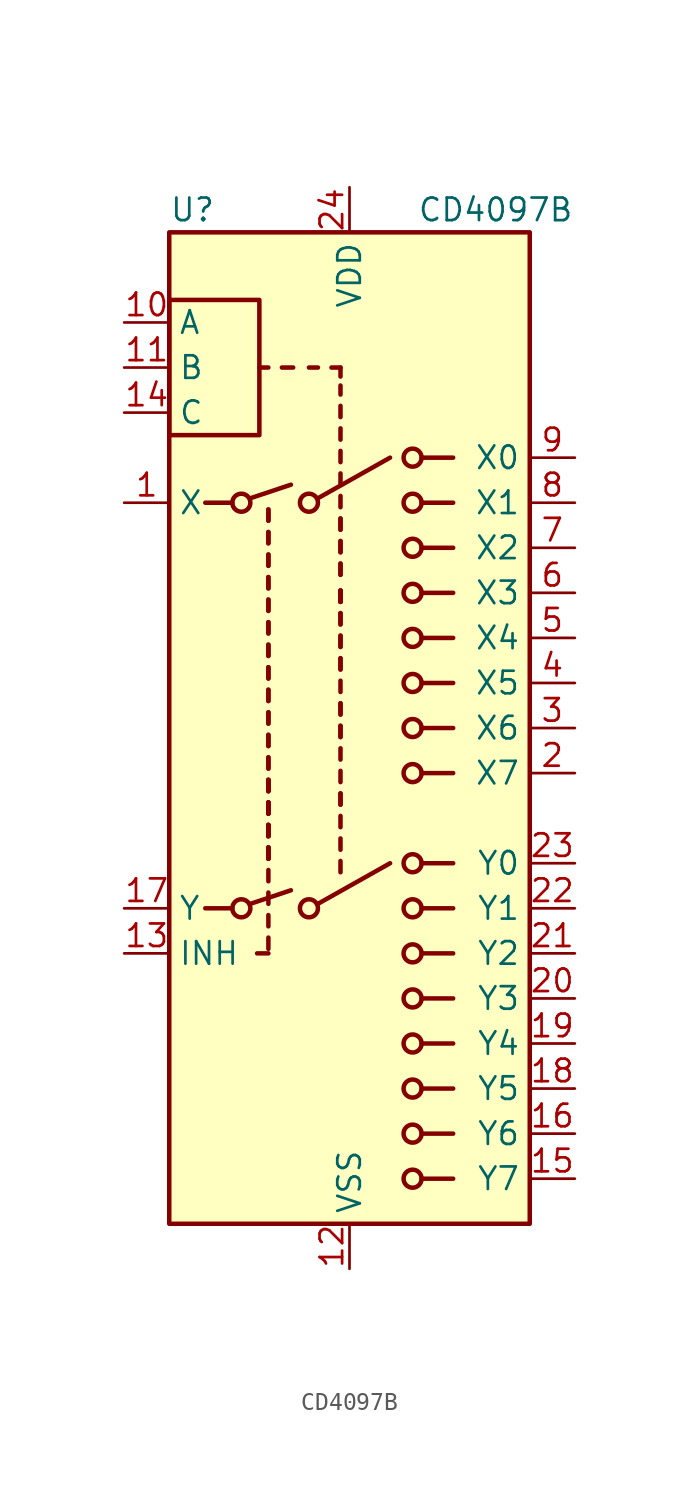
<source format=kicad_sym>
(kicad_symbol_lib
  (version 20220914)
  (generator kicad_symbol_editor)
  (symbol "CD4097B"
    (property "Reference" "U"
      (at -10.16 29.21 0)
      (effects (font (size 1.27 1.27)) (justify left)))
    (property "Value" "CD4097B"
      (at 3.81 29.21 0)
      (effects (font (size 1.27 1.27)) (justify left)))
    (symbol "CD4097B_0_1"
      (rectangle (start -10.16 24.13) (end -5.08 16.51) (stroke (width 0.254) (type default)) (fill (type none)))
      (rectangle (start -10.16 27.94) (end 10.16 -27.94) (stroke (width 0.254) (type default)) (fill (type background)))
      (circle (center -6.096 -10.16) (radius 0.508) (stroke (width 0.254) (type default)) (fill (type none)))
      (circle (center -6.096 12.7) (radius 0.508) (stroke (width 0.254) (type default)) (fill (type none)))
      (circle (center -2.286 -10.16) (radius 0.508) (stroke (width 0.254) (type default)) (fill (type none)))
      (circle (center -2.286 12.7) (radius 0.508) (stroke (width 0.254) (type default)) (fill (type none)))
      (polyline (pts (xy -8.128 -10.16) (xy -6.604 -10.16)) (stroke (width 0.254) (type default)) (fill (type none)))
      (polyline (pts (xy -8.128 12.7) (xy -6.604 12.7)) (stroke (width 0.254) (type default)) (fill (type none)))
      (polyline (pts (xy -5.588 -9.906) (xy -3.302 -9.144)) (stroke (width 0.254) (type default)) (fill (type none)))
      (polyline (pts (xy -5.588 12.954) (xy -3.302 13.716)) (stroke (width 0.254) (type default)) (fill (type none)))
      (polyline (pts (xy -4.572 -12.7) (xy -5.207 -12.7)) (stroke (width 0.254) (type default)) (fill (type none)))
      (polyline (pts (xy -4.572 -12.446) (xy -4.572 -11.811)) (stroke (width 0.254) (type default)) (fill (type none)))
      (polyline (pts (xy -4.572 -11.176) (xy -4.572 -10.541)) (stroke (width 0.254) (type default)) (fill (type none)))
      (polyline (pts (xy -4.572 -7.366) (xy -4.572 -6.731)) (stroke (width 0.254) (type default)) (fill (type none)))
      (polyline (pts (xy -4.572 -7.366) (xy -4.572 -6.731)) (stroke (width 0.254) (type default)) (fill (type none)))
      (polyline (pts (xy -4.572 -7.366) (xy -4.572 -6.731)) (stroke (width 0.254) (type default)) (fill (type none)))
      (polyline (pts (xy -4.572 -7.366) (xy -4.572 -6.731)) (stroke (width 0.254) (type default)) (fill (type none)))
      (polyline (pts (xy -4.572 -6.096) (xy -4.572 -5.461)) (stroke (width 0.254) (type default)) (fill (type none)))
      (polyline (pts (xy -4.572 -6.096) (xy -4.572 -5.461)) (stroke (width 0.254) (type default)) (fill (type none)))
      (polyline (pts (xy -4.572 -6.096) (xy -4.572 -5.461)) (stroke (width 0.254) (type default)) (fill (type none)))
      (polyline (pts (xy -4.572 -6.096) (xy -4.572 -5.461)) (stroke (width 0.254) (type default)) (fill (type none)))
      (polyline (pts (xy -4.572 -4.826) (xy -4.572 -4.191)) (stroke (width 0.254) (type default)) (fill (type none)))
      (polyline (pts (xy -4.572 -4.826) (xy -4.572 -4.191)) (stroke (width 0.254) (type default)) (fill (type none)))
      (polyline (pts (xy -4.572 -4.826) (xy -4.572 -4.191)) (stroke (width 0.254) (type default)) (fill (type none)))
      (polyline (pts (xy -4.572 -4.826) (xy -4.572 -4.191)) (stroke (width 0.254) (type default)) (fill (type none)))
      (polyline (pts (xy -4.572 -3.556) (xy -4.572 -2.921)) (stroke (width 0.254) (type default)) (fill (type none)))
      (polyline (pts (xy -4.572 -3.556) (xy -4.572 -2.921)) (stroke (width 0.254) (type default)) (fill (type none)))
      (polyline (pts (xy -4.572 -3.556) (xy -4.572 -2.921)) (stroke (width 0.254) (type default)) (fill (type none)))
      (polyline (pts (xy -4.572 -3.556) (xy -4.572 -2.921)) (stroke (width 0.254) (type default)) (fill (type none)))
      (polyline (pts (xy -4.572 -2.286) (xy -4.572 -1.651)) (stroke (width 0.254) (type default)) (fill (type none)))
      (polyline (pts (xy -4.572 -2.286) (xy -4.572 -1.651)) (stroke (width 0.254) (type default)) (fill (type none)))
      (polyline (pts (xy -4.572 -1.016) (xy -4.572 -0.381)) (stroke (width 0.254) (type default)) (fill (type none)))
      (polyline (pts (xy -4.572 -1.016) (xy -4.572 -0.381)) (stroke (width 0.254) (type default)) (fill (type none)))
      (polyline (pts (xy -4.572 0.254) (xy -4.572 0.889)) (stroke (width 0.254) (type default)) (fill (type none)))
      (polyline (pts (xy -4.572 0.254) (xy -4.572 0.889)) (stroke (width 0.254) (type default)) (fill (type none)))
      (polyline (pts (xy -4.572 1.524) (xy -4.572 2.159)) (stroke (width 0.254) (type default)) (fill (type none)))
      (polyline (pts (xy -4.572 1.524) (xy -4.572 2.159)) (stroke (width 0.254) (type default)) (fill (type none)))
      (polyline (pts (xy -4.572 2.794) (xy -4.572 3.429)) (stroke (width 0.254) (type default)) (fill (type none)))
      (polyline (pts (xy -4.572 2.794) (xy -4.572 3.429)) (stroke (width 0.254) (type default)) (fill (type none)))
      (polyline (pts (xy -4.572 4.064) (xy -4.572 4.699)) (stroke (width 0.254) (type default)) (fill (type none)))
      (polyline (pts (xy -4.572 4.064) (xy -4.572 4.699)) (stroke (width 0.254) (type default)) (fill (type none)))
      (polyline (pts (xy -4.572 5.334) (xy -4.572 5.969)) (stroke (width 0.254) (type default)) (fill (type none)))
      (polyline (pts (xy -4.572 5.334) (xy -4.572 5.969)) (stroke (width 0.254) (type default)) (fill (type none)))
      (polyline (pts (xy -4.572 6.604) (xy -4.572 7.239)) (stroke (width 0.254) (type default)) (fill (type none)))
      (polyline (pts (xy -4.572 6.604) (xy -4.572 7.239)) (stroke (width 0.254) (type default)) (fill (type none)))
      (polyline (pts (xy -4.572 7.874) (xy -4.572 8.509)) (stroke (width 0.254) (type default)) (fill (type none)))
      (polyline (pts (xy -4.572 7.874) (xy -4.572 8.509)) (stroke (width 0.254) (type default)) (fill (type none)))
      (polyline (pts (xy -4.572 9.144) (xy -4.572 9.779)) (stroke (width 0.254) (type default)) (fill (type none)))
      (polyline (pts (xy -4.572 9.144) (xy -4.572 9.779)) (stroke (width 0.254) (type default)) (fill (type none)))
      (polyline (pts (xy -4.572 10.414) (xy -4.572 11.049)) (stroke (width 0.254) (type default)) (fill (type none)))
      (polyline (pts (xy -4.572 10.414) (xy -4.572 11.049)) (stroke (width 0.254) (type default)) (fill (type none)))
      (polyline (pts (xy -4.572 11.684) (xy -4.572 12.319)) (stroke (width 0.254) (type default)) (fill (type none)))
      (polyline (pts (xy -4.572 11.684) (xy -4.572 12.319)) (stroke (width 0.254) (type default)) (fill (type none)))
      (polyline (pts (xy -4.572 20.32) (xy -5.08 20.32)) (stroke (width 0.254) (type default)) (fill (type none)))
      (polyline (pts (xy -3.81 20.32) (xy -3.175 20.32)) (stroke (width 0.254) (type default)) (fill (type none)))
      (polyline (pts (xy -1.778 -9.906) (xy 2.286 -7.62)) (stroke (width 0.254) (type default)) (fill (type none)))
      (polyline (pts (xy -1.778 12.954) (xy 2.286 15.24)) (stroke (width 0.254) (type default)) (fill (type none)))
      (polyline (pts (xy -1.778 20.32) (xy -2.286 20.32)) (stroke (width 0.254) (type default)) (fill (type none)))
      (polyline (pts (xy -0.508 -4.318) (xy -0.508 -3.683)) (stroke (width 0.254) (type default)) (fill (type none)))
      (polyline (pts (xy -0.508 -4.318) (xy -0.508 -3.683)) (stroke (width 0.254) (type default)) (fill (type none)))
      (polyline (pts (xy -0.508 -3.048) (xy -0.508 -2.413)) (stroke (width 0.254) (type default)) (fill (type none)))
      (polyline (pts (xy -0.508 -1.778) (xy -0.508 -1.143)) (stroke (width 0.254) (type default)) (fill (type none)))
      (polyline (pts (xy -0.508 -0.508) (xy -0.508 0.127)) (stroke (width 0.254) (type default)) (fill (type none)))
      (polyline (pts (xy -0.508 -0.508) (xy -0.508 0.127)) (stroke (width 0.254) (type default)) (fill (type none)))
      (polyline (pts (xy -0.508 0.762) (xy -0.508 1.397)) (stroke (width 0.254) (type default)) (fill (type none)))
      (polyline (pts (xy -0.508 0.762) (xy -0.508 1.397)) (stroke (width 0.254) (type default)) (fill (type none)))
      (polyline (pts (xy -0.508 2.032) (xy -0.508 2.667)) (stroke (width 0.254) (type default)) (fill (type none)))
      (polyline (pts (xy -0.508 3.302) (xy -0.508 3.937)) (stroke (width 0.254) (type default)) (fill (type none)))
      (polyline (pts (xy -0.508 3.302) (xy -0.508 3.937)) (stroke (width 0.254) (type default)) (fill (type none)))
      (polyline (pts (xy -0.508 4.572) (xy -0.508 5.207)) (stroke (width 0.254) (type default)) (fill (type none)))
      (polyline (pts (xy -0.508 4.572) (xy -0.508 5.207)) (stroke (width 0.254) (type default)) (fill (type none)))
      (polyline (pts (xy -0.508 5.842) (xy -0.508 6.477)) (stroke (width 0.254) (type default)) (fill (type none)))
      (polyline (pts (xy -0.508 5.842) (xy -0.508 6.477)) (stroke (width 0.254) (type default)) (fill (type none)))
      (polyline (pts (xy -0.508 7.112) (xy -0.508 7.747)) (stroke (width 0.254) (type default)) (fill (type none)))
      (polyline (pts (xy -0.508 7.112) (xy -0.508 7.747)) (stroke (width 0.254) (type default)) (fill (type none)))
      (polyline (pts (xy -0.508 7.112) (xy -0.508 7.747)) (stroke (width 0.254) (type default)) (fill (type none)))
      (polyline (pts (xy -0.508 7.112) (xy -0.508 7.747)) (stroke (width 0.254) (type default)) (fill (type none)))
      (polyline (pts (xy -0.508 8.636) (xy -0.508 9.271)) (stroke (width 0.254) (type default)) (fill (type none)))
      (polyline (pts (xy -0.508 8.636) (xy -0.508 9.271)) (stroke (width 0.254) (type default)) (fill (type none)))
      (polyline (pts (xy -0.508 9.906) (xy -0.508 10.541)) (stroke (width 0.254) (type default)) (fill (type none)))
      (polyline (pts (xy -0.508 9.906) (xy -0.508 10.541)) (stroke (width 0.254) (type default)) (fill (type none)))
      (polyline (pts (xy -0.508 11.176) (xy -0.508 11.811)) (stroke (width 0.254) (type default)) (fill (type none)))
      (polyline (pts (xy -0.508 11.176) (xy -0.508 11.811)) (stroke (width 0.254) (type default)) (fill (type none)))
      (polyline (pts (xy -0.508 12.446) (xy -0.508 13.081)) (stroke (width 0.254) (type default)) (fill (type none)))
      (polyline (pts (xy -0.508 13.716) (xy -0.508 14.351)) (stroke (width 0.254) (type default)) (fill (type none)))
      (polyline (pts (xy -0.508 18.796) (xy -0.508 19.304)) (stroke (width 0.254) (type default)) (fill (type none)))
      (polyline (pts (xy -0.508 19.812) (xy -0.508 20.32)) (stroke (width 0.254) (type default)) (fill (type none)))
      (polyline (pts (xy -0.508 20.32) (xy -1.016 20.32)) (stroke (width 0.254) (type default)) (fill (type none)))
      (polyline (pts (xy 4.064 -25.4) (xy 5.842 -25.4)) (stroke (width 0.254) (type default)) (fill (type none)))
      (polyline (pts (xy 4.064 -15.24) (xy 5.842 -15.24)) (stroke (width 0.254) (type default)) (fill (type none)))
      (polyline (pts (xy 4.064 -12.7) (xy 5.842 -12.7)) (stroke (width 0.254) (type default)) (fill (type none)))
      (polyline (pts (xy 4.064 -10.16) (xy 5.842 -10.16)) (stroke (width 0.254) (type default)) (fill (type none)))
      (polyline (pts (xy 4.064 -7.62) (xy 5.842 -7.62)) (stroke (width 0.254) (type default)) (fill (type none)))
      (polyline (pts (xy 4.064 7.62) (xy 5.842 7.62)) (stroke (width 0.254) (type default)) (fill (type none)))
      (polyline (pts (xy 4.064 10.16) (xy 5.842 10.16)) (stroke (width 0.254) (type default)) (fill (type none)))
      (polyline (pts (xy 4.064 12.7) (xy 5.842 12.7)) (stroke (width 0.254) (type default)) (fill (type none)))
      (polyline (pts (xy 4.064 15.24) (xy 5.842 15.24)) (stroke (width 0.254) (type default)) (fill (type none)))
      (circle (center 3.556 -25.4) (radius 0.508) (stroke (width 0.254) (type default)) (fill (type none)))
      (circle (center 3.556 -15.24) (radius 0.508) (stroke (width 0.254) (type default)) (fill (type none)))
      (circle (center 3.556 -12.7) (radius 0.508) (stroke (width 0.254) (type default)) (fill (type none)))
      (circle (center 3.556 -10.16) (radius 0.508) (stroke (width 0.254) (type default)) (fill (type none)))
      (circle (center 3.556 -7.62) (radius 0.508) (stroke (width 0.254) (type default)) (fill (type none)))
      (circle (center 3.556 7.62) (radius 0.508) (stroke (width 0.254) (type default)) (fill (type none)))
      (circle (center 3.556 10.16) (radius 0.508) (stroke (width 0.254) (type default)) (fill (type none)))
      (circle (center 3.556 12.7) (radius 0.508) (stroke (width 0.254) (type default)) (fill (type none)))
      (circle (center 3.556 15.24) (radius 0.508) (stroke (width 0.254) (type default)) (fill (type none))))
    (symbol "CD4097B_1_1"
      (polyline (pts (xy -4.572 -9.906) (xy -4.572 -9.271)) (stroke (width 0.254) (type default)) (fill (type none)))
      (polyline (pts (xy -4.572 -8.636) (xy -4.572 -8.001)) (stroke (width 0.254) (type default)) (fill (type none)))
      (polyline (pts (xy -0.508 -8.128) (xy -0.508 -7.493)) (stroke (width 0.254) (type default)) (fill (type none)))
      (polyline (pts (xy -0.508 -6.858) (xy -0.508 -6.223)) (stroke (width 0.254) (type default)) (fill (type none)))
      (polyline (pts (xy -0.508 -5.588) (xy -0.508 -4.953)) (stroke (width 0.254) (type default)) (fill (type none)))
      (polyline (pts (xy -0.508 14.986) (xy -0.508 15.621)) (stroke (width 0.254) (type default)) (fill (type none)))
      (polyline (pts (xy -0.508 16.256) (xy -0.508 16.891)) (stroke (width 0.254) (type default)) (fill (type none)))
      (polyline (pts (xy -0.508 17.526) (xy -0.508 18.161)) (stroke (width 0.254) (type default)) (fill (type none)))
      (polyline (pts (xy 4.064 -22.86) (xy 5.842 -22.86)) (stroke (width 0.254) (type default)) (fill (type none)))
      (polyline (pts (xy 4.064 -20.32) (xy 5.842 -20.32)) (stroke (width 0.254) (type default)) (fill (type none)))
      (polyline (pts (xy 4.064 -17.78) (xy 5.842 -17.78)) (stroke (width 0.254) (type default)) (fill (type none)))
      (polyline (pts (xy 4.064 -2.54) (xy 5.842 -2.54)) (stroke (width 0.254) (type default)) (fill (type none)))
      (polyline (pts (xy 4.064 0) (xy 5.842 0)) (stroke (width 0.254) (type default)) (fill (type none)))
      (polyline (pts (xy 4.064 2.54) (xy 5.842 2.54)) (stroke (width 0.254) (type default)) (fill (type none)))
      (polyline (pts (xy 4.064 5.08) (xy 5.842 5.08)) (stroke (width 0.254) (type default)) (fill (type none)))
      (circle (center 3.556 -22.86) (radius 0.508) (stroke (width 0.254) (type default)) (fill (type none)))
      (circle (center 3.556 -20.32) (radius 0.508) (stroke (width 0.254) (type default)) (fill (type none)))
      (circle (center 3.556 -17.78) (radius 0.508) (stroke (width 0.254) (type default)) (fill (type none)))
      (circle (center 3.556 -2.54) (radius 0.508) (stroke (width 0.254) (type default)) (fill (type none)))
      (circle (center 3.556 0) (radius 0.508) (stroke (width 0.254) (type default)) (fill (type none)))
      (circle (center 3.556 2.54) (radius 0.508) (stroke (width 0.254) (type default)) (fill (type none)))
      (circle (center 3.556 5.08) (radius 0.508) (stroke (width 0.254) (type default)) (fill (type none)))
      (pin bidirectional line (at -12.7 12.7 0) (length 2.54) (name "X" (effects (font (size 1.27 1.27)))) (number "1" (effects (font (size 1.27 1.27)))))
      (pin input line (at -12.7 22.86 0) (length 2.54) (name "A" (effects (font (size 1.27 1.27)))) (number "10" (effects (font (size 1.27 1.27)))))
      (pin input line (at -12.7 20.32 0) (length 2.54) (name "B" (effects (font (size 1.27 1.27)))) (number "11" (effects (font (size 1.27 1.27)))))
      (pin power_in line (at 0 -30.48 90) (length 2.54) (name "VSS" (effects (font (size 1.27 1.27)))) (number "12" (effects (font (size 1.27 1.27)))))
      (pin input line (at -12.7 -12.7 0) (length 2.54) (name "INH" (effects (font (size 1.27 1.27)))) (number "13" (effects (font (size 1.27 1.27)))))
      (pin input line (at -12.7 17.78 0) (length 2.54) (name "C" (effects (font (size 1.27 1.27)))) (number "14" (effects (font (size 1.27 1.27)))))
      (pin bidirectional line (at 12.7 -25.4 180) (length 2.54) (name "Y7" (effects (font (size 1.27 1.27)))) (number "15" (effects (font (size 1.27 1.27)))))
      (pin bidirectional line (at 12.7 -22.86 180) (length 2.54) (name "Y6" (effects (font (size 1.27 1.27)))) (number "16" (effects (font (size 1.27 1.27)))))
      (pin bidirectional line (at -12.7 -10.16 0) (length 2.54) (name "Y" (effects (font (size 1.27 1.27)))) (number "17" (effects (font (size 1.27 1.27)))))
      (pin bidirectional line (at 12.7 -20.32 180) (length 2.54) (name "Y5" (effects (font (size 1.27 1.27)))) (number "18" (effects (font (size 1.27 1.27)))))
      (pin bidirectional line (at 12.7 -17.78 180) (length 2.54) (name "Y4" (effects (font (size 1.27 1.27)))) (number "19" (effects (font (size 1.27 1.27)))))
      (pin bidirectional line (at 12.7 -2.54 180) (length 2.54) (name "X7" (effects (font (size 1.27 1.27)))) (number "2" (effects (font (size 1.27 1.27)))))
      (pin bidirectional line (at 12.7 -15.24 180) (length 2.54) (name "Y3" (effects (font (size 1.27 1.27)))) (number "20" (effects (font (size 1.27 1.27)))))
      (pin bidirectional line (at 12.7 -12.7 180) (length 2.54) (name "Y2" (effects (font (size 1.27 1.27)))) (number "21" (effects (font (size 1.27 1.27)))))
      (pin bidirectional line (at 12.7 -10.16 180) (length 2.54) (name "Y1" (effects (font (size 1.27 1.27)))) (number "22" (effects (font (size 1.27 1.27)))))
      (pin bidirectional line (at 12.7 -7.62 180) (length 2.54) (name "Y0" (effects (font (size 1.27 1.27)))) (number "23" (effects (font (size 1.27 1.27)))))
      (pin power_in line (at 0 30.48 270) (length 2.54) (name "VDD" (effects (font (size 1.27 1.27)))) (number "24" (effects (font (size 1.27 1.27)))))
      (pin bidirectional line (at 12.7 0 180) (length 2.54) (name "X6" (effects (font (size 1.27 1.27)))) (number "3" (effects (font (size 1.27 1.27)))))
      (pin bidirectional line (at 12.7 2.54 180) (length 2.54) (name "X5" (effects (font (size 1.27 1.27)))) (number "4" (effects (font (size 1.27 1.27)))))
      (pin bidirectional line (at 12.7 5.08 180) (length 2.54) (name "X4" (effects (font (size 1.27 1.27)))) (number "5" (effects (font (size 1.27 1.27)))))
      (pin bidirectional line (at 12.7 7.62 180) (length 2.54) (name "X3" (effects (font (size 1.27 1.27)))) (number "6" (effects (font (size 1.27 1.27)))))
      (pin bidirectional line (at 12.7 10.16 180) (length 2.54) (name "X2" (effects (font (size 1.27 1.27)))) (number "7" (effects (font (size 1.27 1.27)))))
      (pin bidirectional line (at 12.7 12.7 180) (length 2.54) (name "X1" (effects (font (size 1.27 1.27)))) (number "8" (effects (font (size 1.27 1.27)))))
      (pin bidirectional line (at 12.7 15.24 180) (length 2.54) (name "X0" (effects (font (size 1.27 1.27)))) (number "9" (effects (font (size 1.27 1.27))))))))
</source>
